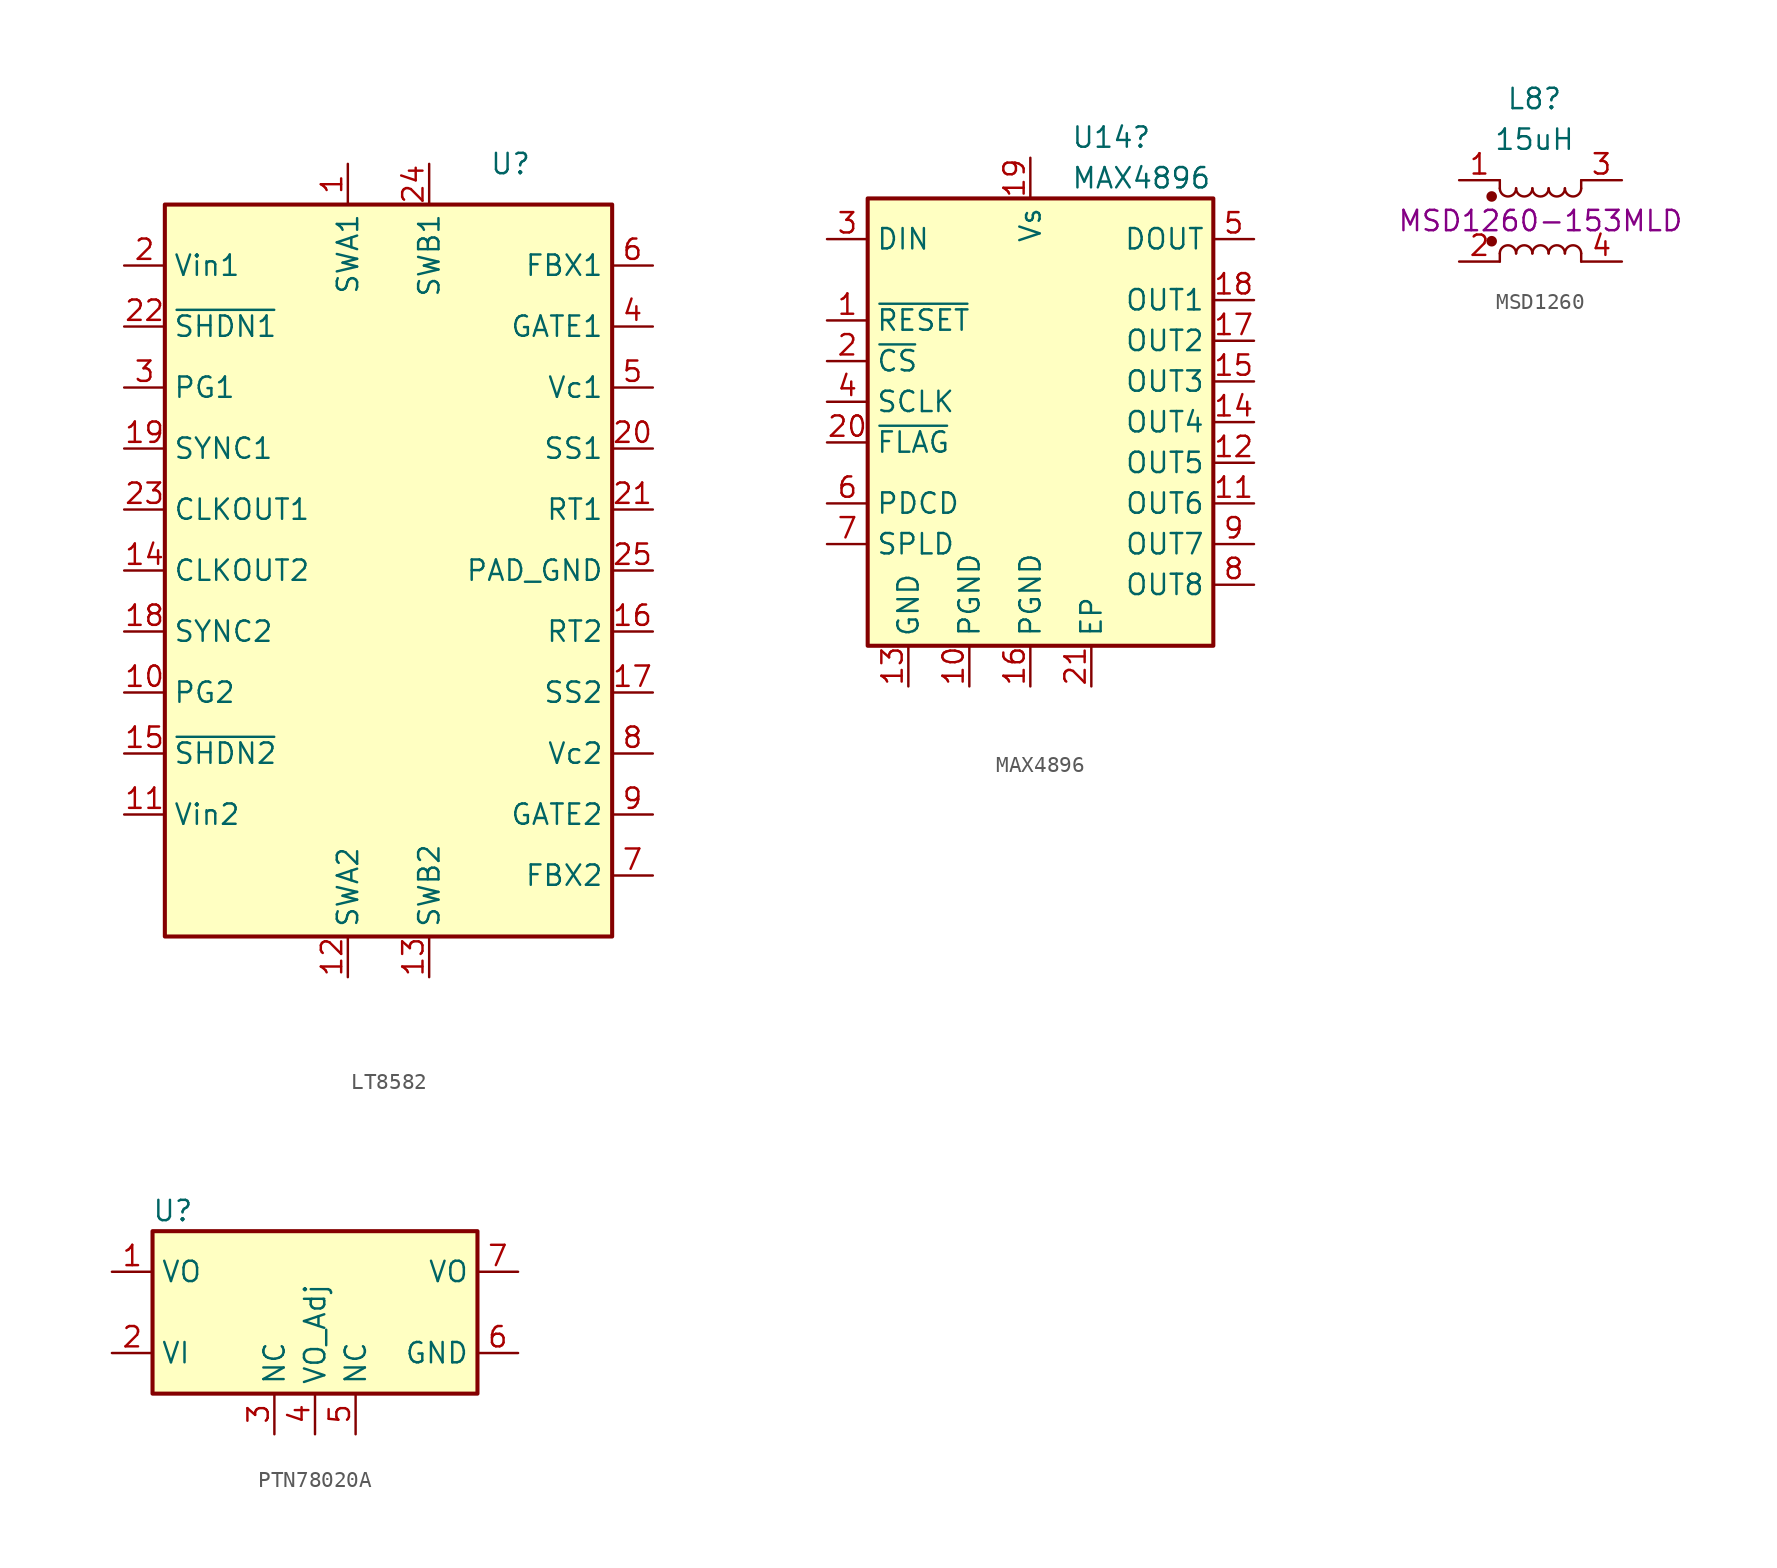
<source format=kicad_sym>
(kicad_symbol_lib
  (version 20241209)
  (generator "kicad_symbol_editor")
  (generator_version "9.0")
  (symbol "LT8582"
    (property "Reference" "U"
      (at 7.62 25.4 0)
      (effects (font (size 1.27 1.27))))
    (property "Value" ""
      (at -16.51 19.05 0)
      (effects (font (size 1.27 1.27))))
    (symbol "LT8582_0_1"
      (rectangle (start -13.97 22.86) (end 13.97 -22.86) (stroke (width 0.254) (type default)) (fill (type background))))
    (symbol "LT8582_1_1"
      (pin passive line (at -16.51 19.05 0) (length 2.54) (name "Vin1" (effects (font (size 1.27 1.27)))) (number "2" (effects (font (size 1.27 1.27)))))
      (pin passive line (at -16.51 15.24 0) (length 2.54) (name "~{SHDN1}" (effects (font (size 1.27 1.27)))) (number "22" (effects (font (size 1.27 1.27)))))
      (pin passive line (at -16.51 11.43 0) (length 2.54) (name "PG1" (effects (font (size 1.27 1.27)))) (number "3" (effects (font (size 1.27 1.27)))))
      (pin passive line (at -16.51 7.62 0) (length 2.54) (name "SYNC1" (effects (font (size 1.27 1.27)))) (number "19" (effects (font (size 1.27 1.27)))))
      (pin passive line (at -16.51 3.81 0) (length 2.54) (name "CLKOUT1" (effects (font (size 1.27 1.27)))) (number "23" (effects (font (size 1.27 1.27)))))
      (pin passive line (at -16.51 0 0) (length 2.54) (name "CLKOUT2" (effects (font (size 1.27 1.27)))) (number "14" (effects (font (size 1.27 1.27)))))
      (pin passive line (at -16.51 -3.81 0) (length 2.54) (name "SYNC2" (effects (font (size 1.27 1.27)))) (number "18" (effects (font (size 1.27 1.27)))))
      (pin passive line (at -16.51 -7.62 0) (length 2.54) (name "PG2" (effects (font (size 1.27 1.27)))) (number "10" (effects (font (size 1.27 1.27)))))
      (pin passive line (at -16.51 -11.43 0) (length 2.54) (name "~{SHDN2}" (effects (font (size 1.27 1.27)))) (number "15" (effects (font (size 1.27 1.27)))))
      (pin passive line (at -16.51 -15.24 0) (length 2.54) (name "Vin2" (effects (font (size 1.27 1.27)))) (number "11" (effects (font (size 1.27 1.27)))))
      (pin passive line (at -2.54 25.4 270) (length 2.54) (name "SWA1" (effects (font (size 1.27 1.27)))) (number "1" (effects (font (size 1.27 1.27)))))
      (pin passive line (at -2.54 -25.4 90) (length 2.54) (name "SWA2" (effects (font (size 1.27 1.27)))) (number "12" (effects (font (size 1.27 1.27)))))
      (pin passive line (at 2.54 25.4 270) (length 2.54) (name "SWB1" (effects (font (size 1.27 1.27)))) (number "24" (effects (font (size 1.27 1.27)))))
      (pin passive line (at 2.54 -25.4 90) (length 2.54) (name "SWB2" (effects (font (size 1.27 1.27)))) (number "13" (effects (font (size 1.27 1.27)))))
      (pin passive line (at 16.51 19.05 180) (length 2.54) (name "FBX1" (effects (font (size 1.27 1.27)))) (number "6" (effects (font (size 1.27 1.27)))))
      (pin passive line (at 16.51 15.24 180) (length 2.54) (name "GATE1" (effects (font (size 1.27 1.27)))) (number "4" (effects (font (size 1.27 1.27)))))
      (pin passive line (at 16.51 11.43 180) (length 2.54) (name "Vc1" (effects (font (size 1.27 1.27)))) (number "5" (effects (font (size 1.27 1.27)))))
      (pin passive line (at 16.51 7.62 180) (length 2.54) (name "SS1" (effects (font (size 1.27 1.27)))) (number "20" (effects (font (size 1.27 1.27)))))
      (pin passive line (at 16.51 3.81 180) (length 2.54) (name "RT1" (effects (font (size 1.27 1.27)))) (number "21" (effects (font (size 1.27 1.27)))))
      (pin passive line (at 16.51 0 180) (length 2.54) (name "PAD_GND" (effects (font (size 1.27 1.27)))) (number "25" (effects (font (size 1.27 1.27)))))
      (pin passive line (at 16.51 -3.81 180) (length 2.54) (name "RT2" (effects (font (size 1.27 1.27)))) (number "16" (effects (font (size 1.27 1.27)))))
      (pin passive line (at 16.51 -7.62 180) (length 2.54) (name "SS2" (effects (font (size 1.27 1.27)))) (number "17" (effects (font (size 1.27 1.27)))))
      (pin passive line (at 16.51 -11.43 180) (length 2.54) (name "Vc2" (effects (font (size 1.27 1.27)))) (number "8" (effects (font (size 1.27 1.27)))))
      (pin passive line (at 16.51 -15.24 180) (length 2.54) (name "GATE2" (effects (font (size 1.27 1.27)))) (number "9" (effects (font (size 1.27 1.27)))))
      (pin passive line (at 16.51 -19.05 180) (length 2.54) (name "FBX2" (effects (font (size 1.27 1.27)))) (number "7" (effects (font (size 1.27 1.27)))))))
  (symbol "MAX4896"
    (property "Reference" "U14"
      (at 2.54 15.24 0)
      (effects (font (size 1.27 1.27)) (justify left)))
    (property "Value" "MAX4896"
      (at 2.54 12.7 0)
      (effects (font (size 1.27 1.27)) (justify left)))
    (symbol "MAX4896_0_1"
      (rectangle (start -10.16 11.43) (end 11.43 -16.51) (stroke (width 0.254) (type default)) (fill (type background))))
    (symbol "MAX4896_1_0"
      (pin power_in line (at -7.62 -19.05 90) (length 2.54) (name "GND" (effects (font (size 1.27 1.27)))) (number "13" (effects (font (size 1.27 1.27)))))
      (pin power_in line (at -3.81 -19.05 90) (length 2.54) (name "PGND" (effects (font (size 1.27 1.27)))) (number "10" (effects (font (size 1.27 1.27)))))
      (pin power_in line (at 0 -19.05 90) (length 2.54) (name "PGND" (effects (font (size 1.27 1.27)))) (number "16" (effects (font (size 1.27 1.27)))))
      (pin power_in line (at 3.81 -19.05 90) (length 2.54) (name "EP" (effects (font (size 1.27 1.27)))) (number "21" (effects (font (size 1.27 1.27)))))
      (pin open_collector line (at 13.97 5.08 180) (length 2.54) (name "OUT1" (effects (font (size 1.27 1.27)))) (number "18" (effects (font (size 1.27 1.27)))))
      (pin open_collector line (at 13.97 2.54 180) (length 2.54) (name "OUT2" (effects (font (size 1.27 1.27)))) (number "17" (effects (font (size 1.27 1.27)))))
      (pin open_collector line (at 13.97 0 180) (length 2.54) (name "OUT3" (effects (font (size 1.27 1.27)))) (number "15" (effects (font (size 1.27 1.27))))))
    (symbol "MAX4896_1_1"
      (pin input line (at -12.7 8.89 0) (length 2.54) (name "DIN" (effects (font (size 1.27 1.27)))) (number "3" (effects (font (size 1.27 1.27)))))
      (pin input line (at -12.7 3.81 0) (length 2.54) (name "~{RESET}" (effects (font (size 1.27 1.27)))) (number "1" (effects (font (size 1.27 1.27)))))
      (pin input line (at -12.7 1.27 0) (length 2.54) (name "~{CS}" (effects (font (size 1.27 1.27)))) (number "2" (effects (font (size 1.27 1.27)))))
      (pin input line (at -12.7 -1.27 0) (length 2.54) (name "SCLK" (effects (font (size 1.27 1.27)))) (number "4" (effects (font (size 1.27 1.27)))))
      (pin passive line (at -12.7 -3.81 0) (length 2.54) (name "~{FLAG}" (effects (font (size 1.27 1.27)))) (number "20" (effects (font (size 1.27 1.27)))))
      (pin input line (at -12.7 -7.62 0) (length 2.54) (name "PDCD" (effects (font (size 1.27 1.27)))) (number "6" (effects (font (size 1.27 1.27)))))
      (pin input line (at -12.7 -10.16 0) (length 2.54) (name "SPLD" (effects (font (size 1.27 1.27)))) (number "7" (effects (font (size 1.27 1.27)))))
      (pin power_in line (at 0 13.97 270) (length 2.54) (name "Vs" (effects (font (size 1.27 1.27)))) (number "19" (effects (font (size 1.27 1.27)))))
      (pin output line (at 13.97 8.89 180) (length 2.54) (name "DOUT" (effects (font (size 1.27 1.27)))) (number "5" (effects (font (size 1.27 1.27)))))
      (pin open_collector line (at 13.97 -2.54 180) (length 2.54) (name "OUT4" (effects (font (size 1.27 1.27)))) (number "14" (effects (font (size 1.27 1.27)))))
      (pin open_collector line (at 13.97 -5.08 180) (length 2.54) (name "OUT5" (effects (font (size 1.27 1.27)))) (number "12" (effects (font (size 1.27 1.27)))))
      (pin open_collector line (at 13.97 -7.62 180) (length 2.54) (name "OUT6" (effects (font (size 1.27 1.27)))) (number "11" (effects (font (size 1.27 1.27)))))
      (pin open_collector line (at 13.97 -10.16 180) (length 2.54) (name "OUT7" (effects (font (size 1.27 1.27)))) (number "9" (effects (font (size 1.27 1.27)))))
      (pin open_collector line (at 13.97 -12.7 180) (length 2.54) (name "OUT8" (effects (font (size 1.27 1.27)))) (number "8" (effects (font (size 1.27 1.27)))))))
  (symbol "MSD1260"
    (pin_names
      (offset 0.254)
      (hide yes))
    (property "Reference" "L8"
      (at -0.381 7.62 0)
      (effects (font (size 1.27 1.27))))
    (property "Value" "15uH"
      (at -0.381 5.08 0)
      (effects (font (size 1.27 1.27))))
    (property "MPN" "MSD1260-153MLD"
      (at 0 0 0)
      (effects (font (size 1.27 1.27))))
    (symbol "MSD1260_0_1"
      (circle (center -3.048 1.524) (radius 0.254) (stroke (width 0) (type default)) (fill (type outline)))
      (circle (center -3.048 -1.27) (radius 0.254) (stroke (width 0) (type default)) (fill (type outline)))
      (polyline (pts (xy -2.54 2.032) (xy -2.54 2.54)) (stroke (width 0) (type default)) (fill (type none)))
      (polyline (pts (xy -2.54 -2.032) (xy -2.54 -2.54)) (stroke (width 0) (type default)) (fill (type none)))
      (arc (start -1.524 2.032) (mid -2.032 1.5262) (end -2.54 2.032) (stroke (width 0) (type default)) (fill (type none)))
      (arc (start -2.54 -2.032) (mid -2.032 -1.5262) (end -1.524 -2.032) (stroke (width 0) (type default)) (fill (type none)))
      (arc (start -0.508 2.032) (mid -1.016 1.5262) (end -1.524 2.032) (stroke (width 0) (type default)) (fill (type none)))
      (arc (start -1.524 -2.032) (mid -1.016 -1.5262) (end -0.508 -2.032) (stroke (width 0) (type default)) (fill (type none)))
      (arc (start 0.508 2.032) (mid 0 1.5262) (end -0.508 2.032) (stroke (width 0) (type default)) (fill (type none)))
      (arc (start -0.508 -2.032) (mid 0 -1.5262) (end 0.508 -2.032) (stroke (width 0) (type default)) (fill (type none)))
      (arc (start 1.524 2.032) (mid 1.016 1.5262) (end 0.508 2.032) (stroke (width 0) (type default)) (fill (type none)))
      (arc (start 0.508 -2.032) (mid 1.016 -1.5262) (end 1.524 -2.032) (stroke (width 0) (type default)) (fill (type none)))
      (arc (start 2.54 2.032) (mid 2.032 1.5262) (end 1.524 2.032) (stroke (width 0) (type default)) (fill (type none)))
      (arc (start 1.524 -2.032) (mid 2.032 -1.5262) (end 2.54 -2.032) (stroke (width 0) (type default)) (fill (type none)))
      (polyline (pts (xy 2.54 2.54) (xy 2.54 2.032)) (stroke (width 0) (type default)) (fill (type none)))
      (polyline (pts (xy 2.54 -2.032) (xy 2.54 -2.54)) (stroke (width 0) (type default)) (fill (type none))))
    (symbol "MSD1260_1_1"
      (pin passive line (at -5.08 2.54 0) (length 2.54) (name "1" (effects (font (size 1.27 1.27)))) (number "1" (effects (font (size 1.27 1.27)))))
      (pin passive line (at -5.08 -2.54 0) (length 2.54) (name "2" (effects (font (size 1.27 1.27)))) (number "2" (effects (font (size 1.27 1.27)))))
      (pin passive line (at 5.08 2.54 180) (length 2.54) (name "3" (effects (font (size 1.27 1.27)))) (number "3" (effects (font (size 1.27 1.27)))))
      (pin passive line (at 5.08 -2.54 180) (length 2.54) (name "4" (effects (font (size 1.27 1.27)))) (number "4" (effects (font (size 1.27 1.27)))))))
  (symbol "PTN78020A"
    (property "Reference" "U"
      (at 1.27 1.27 0)
      (effects (font (size 1.27 1.27))))
    (property "Value" ""
      (at 0 0 0)
      (effects (font (size 1.27 1.27))))
    (symbol "PTN78020A_0_1"
      (rectangle (start 0 0) (end 20.32 -10.16) (stroke (width 0.254) (type default)) (fill (type background))))
    (symbol "PTN78020A_1_1"
      (pin power_out line (at -2.54 -2.54 0) (length 2.54) (name "VO" (effects (font (size 1.27 1.27)))) (number "1" (effects (font (size 1.27 1.27)))))
      (pin power_in line (at -2.54 -7.62 0) (length 2.54) (name "VI" (effects (font (size 1.27 1.27)))) (number "2" (effects (font (size 1.27 1.27)))))
      (pin input line (at 7.62 -12.7 90) (length 2.54) (name "NC" (effects (font (size 1.27 1.27)))) (number "3" (effects (font (size 1.27 1.27)))))
      (pin input line (at 10.16 -12.7 90) (length 2.54) (name "VO_Adj" (effects (font (size 1.27 1.27)))) (number "4" (effects (font (size 1.27 1.27)))))
      (pin power_out line (at 12.7 -12.7 90) (length 2.54) (name "NC" (effects (font (size 1.27 1.27)))) (number "5" (effects (font (size 1.27 1.27)))))
      (pin power_out line (at 22.86 -2.54 180) (length 2.54) (name "VO" (effects (font (size 1.27 1.27)))) (number "7" (effects (font (size 1.27 1.27)))))
      (pin passive line (at 22.86 -7.62 180) (length 2.54) (name "GND" (effects (font (size 1.27 1.27)))) (number "6" (effects (font (size 1.27 1.27))))))))
</source>
